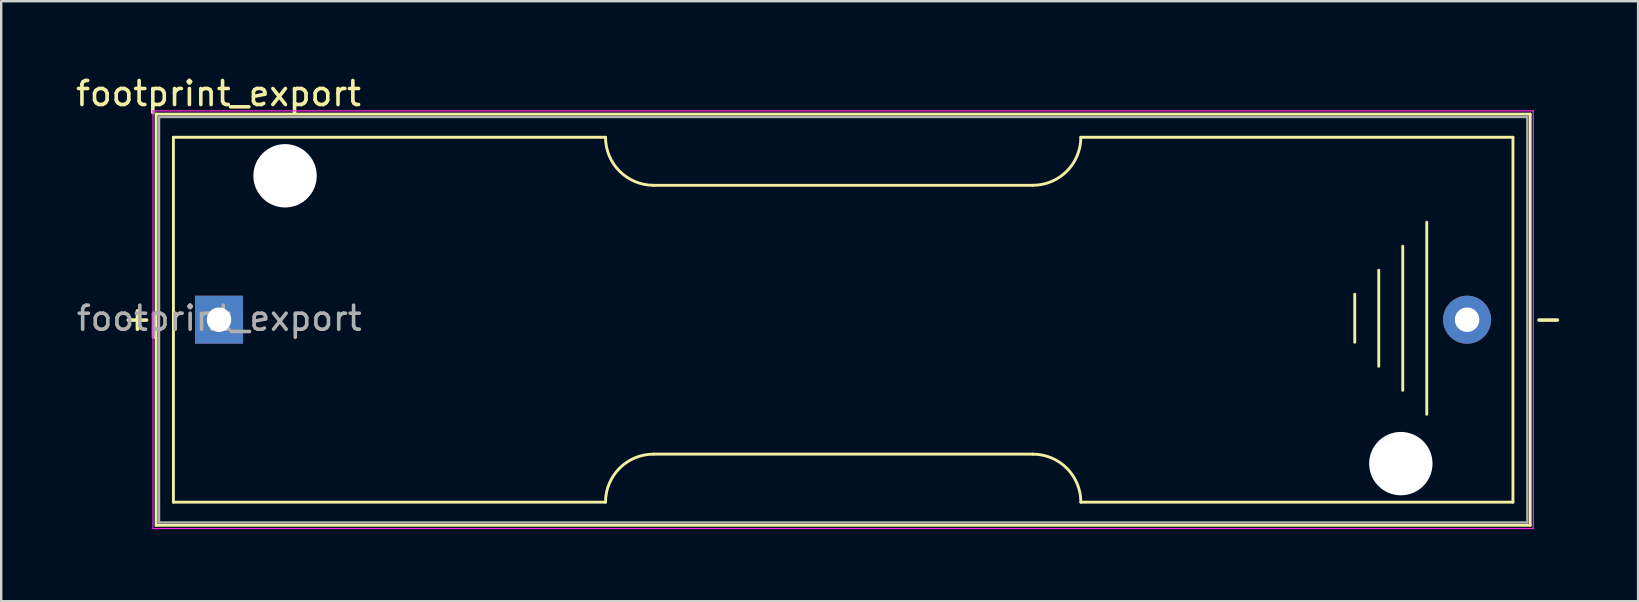
<source format=kicad_pcb>
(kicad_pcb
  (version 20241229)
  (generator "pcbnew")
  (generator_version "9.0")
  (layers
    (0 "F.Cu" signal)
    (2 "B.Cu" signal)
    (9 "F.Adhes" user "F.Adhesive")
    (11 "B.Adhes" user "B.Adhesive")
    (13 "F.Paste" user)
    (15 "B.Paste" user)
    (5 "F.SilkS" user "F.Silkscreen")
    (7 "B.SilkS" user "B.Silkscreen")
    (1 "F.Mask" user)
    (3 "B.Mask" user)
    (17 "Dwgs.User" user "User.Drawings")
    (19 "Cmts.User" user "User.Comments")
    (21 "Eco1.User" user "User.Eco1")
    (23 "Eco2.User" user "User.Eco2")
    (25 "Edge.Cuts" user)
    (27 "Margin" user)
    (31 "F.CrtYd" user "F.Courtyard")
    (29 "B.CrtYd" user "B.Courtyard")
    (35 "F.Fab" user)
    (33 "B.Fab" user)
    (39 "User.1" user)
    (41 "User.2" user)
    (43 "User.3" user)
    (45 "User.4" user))
  (footprint "footprint_export"
    (layer "F.Cu")
    (at 6.074 10.268)
    (property "Reference" "footprint_export" (at -0.02 -9.42 180) (layer "F.SilkS") (effects (font (size 1 1) (thickness 0.15))))
    (attr through_hole)
    (fp_line (start -2.62 -8.565) (end 54.62 -8.565) (stroke (width 0.12) (type solid)) (layer "F.SilkS"))
    (fp_line (start -2.62 8.565) (end -2.62 -8.565) (stroke (width 0.12) (type solid)) (layer "F.SilkS"))
    (fp_line (start -1.9 -7.6) (end -1.9 7.6) (stroke (width 0.12) (type solid)) (layer "F.SilkS"))
    (fp_line (start -1.9 -7.6) (end 16.1 -7.6) (stroke (width 0.12) (type solid)) (layer "F.SilkS"))
    (fp_line (start -1.9 7.6) (end 16.1 7.6) (stroke (width 0.12) (type solid)) (layer "F.SilkS"))
    (fp_line (start 18.1 -5.6) (end 33.9 -5.6) (stroke (width 0.12) (type solid)) (layer "F.SilkS"))
    (fp_line (start 33.9 5.6) (end 18.1 5.6) (stroke (width 0.12) (type solid)) (layer "F.SilkS"))
    (fp_line (start 35.9 -7.6) (end 53.9 -7.6) (stroke (width 0.12) (type solid)) (layer "F.SilkS"))
    (fp_line (start 35.9 7.6) (end 53.9 7.6) (stroke (width 0.12) (type solid)) (layer "F.SilkS"))
    (fp_line (start 47.31 -1.06) (end 47.31 0.94) (stroke (width 0.12) (type solid)) (layer "F.SilkS"))
    (fp_line (start 48.31 -2.06) (end 48.31 1.94) (stroke (width 0.12) (type solid)) (layer "F.SilkS"))
    (fp_line (start 49.31 2.94) (end 49.31 -3.06) (stroke (width 0.12) (type solid)) (layer "F.SilkS"))
    (fp_line (start 50.31 -4.06) (end 50.31 3.94) (stroke (width 0.12) (type solid)) (layer "F.SilkS"))
    (fp_line (start 53.9 -7.6) (end 53.9 7.6) (stroke (width 0.12) (type solid)) (layer "F.SilkS"))
    (fp_line (start 54.62 -8.565) (end 54.62 8.565) (stroke (width 0.12) (type solid)) (layer "F.SilkS"))
    (fp_line (start 54.62 8.565) (end -2.62 8.565) (stroke (width 0.12) (type solid)) (layer "F.SilkS"))
    (fp_arc (start 16.1 7.6) (mid 16.685786 6.185786) (end 18.1 5.6) (stroke (width 0.12) (type solid)) (layer "F.SilkS"))
    (fp_arc (start 18.1 -5.6) (mid 16.685786 -6.185786) (end 16.1 -7.6) (stroke (width 0.12) (type solid)) (layer "F.SilkS"))
    (fp_arc (start 33.9 5.6) (mid 35.314214 6.185786) (end 35.9 7.6) (stroke (width 0.12) (type solid)) (layer "F.SilkS"))
    (fp_arc (start 35.9 -7.6) (mid 35.314214 -6.185786) (end 33.9 -5.6) (stroke (width 0.12) (type solid)) (layer "F.SilkS"))
    (fp_line (start -2.75 -8.7) (end 54.75 -8.7) (stroke (width 0.05) (type solid)) (layer "F.CrtYd"))
    (fp_line (start -2.75 8.7) (end -2.75 -8.7) (stroke (width 0.05) (type solid)) (layer "F.CrtYd"))
    (fp_line (start 54.75 -8.7) (end 54.75 8.7) (stroke (width 0.05) (type solid)) (layer "F.CrtYd"))
    (fp_line (start 54.75 8.7) (end -2.75 8.7) (stroke (width 0.05) (type solid)) (layer "F.CrtYd"))
    (fp_line (start -2.5 -8.445) (end -2.5 8.445) (stroke (width 0.1) (type solid)) (layer "F.Fab"))
    (fp_line (start -2.5 8.445) (end 54.5 8.445) (stroke (width 0.1) (type solid)) (layer "F.Fab"))
    (fp_line (start 54.5 -8.445) (end -2.5 -8.445) (stroke (width 0.1) (type solid)) (layer "F.Fab"))
    (fp_line (start 54.5 8.445) (end 54.5 -8.445) (stroke (width 0.1) (type solid)) (layer "F.Fab"))
    (fp_text user "+" (at -3.4 -0.06 0) (layer "F.SilkS") (effects (font (size 1 1) (thickness 0.15))))
    (fp_text user "-" (at 55.37 -0.06 0) (layer "F.SilkS") (effects (font (size 1 1) (thickness 0.15))))
    (fp_text user "${REFERENCE}" (at 0.01 -0.06 0) (layer "F.Fab") (effects (font (size 1 1) (thickness 0.15))))
    (pad "" np_thru_hole circle (at 2.75 -5.995 90) (size 2.64 2.64) (drill 2.64) (layers "*.Cu" "*.Mask"))
    (pad "" np_thru_hole circle (at 49.23 5.995) (size 2.64 2.64) (drill 2.64) (layers "*.Cu" "*.Mask"))
    (pad "1" thru_hole rect (at 0 0 180) (size 2 2) (drill 1.02) (layers "*.Cu" "*.Mask"))
    (pad "2" thru_hole circle (at 51.99 0 180) (size 2 2) (drill 1.02) (layers "*.Cu" "*.Mask")))
  (gr_rect
    (start -3 -3)
    (end 65.188 21.993)
    (stroke (width 0.1) (type default))
    (fill no)
    (layer "Edge.Cuts")))
</source>
